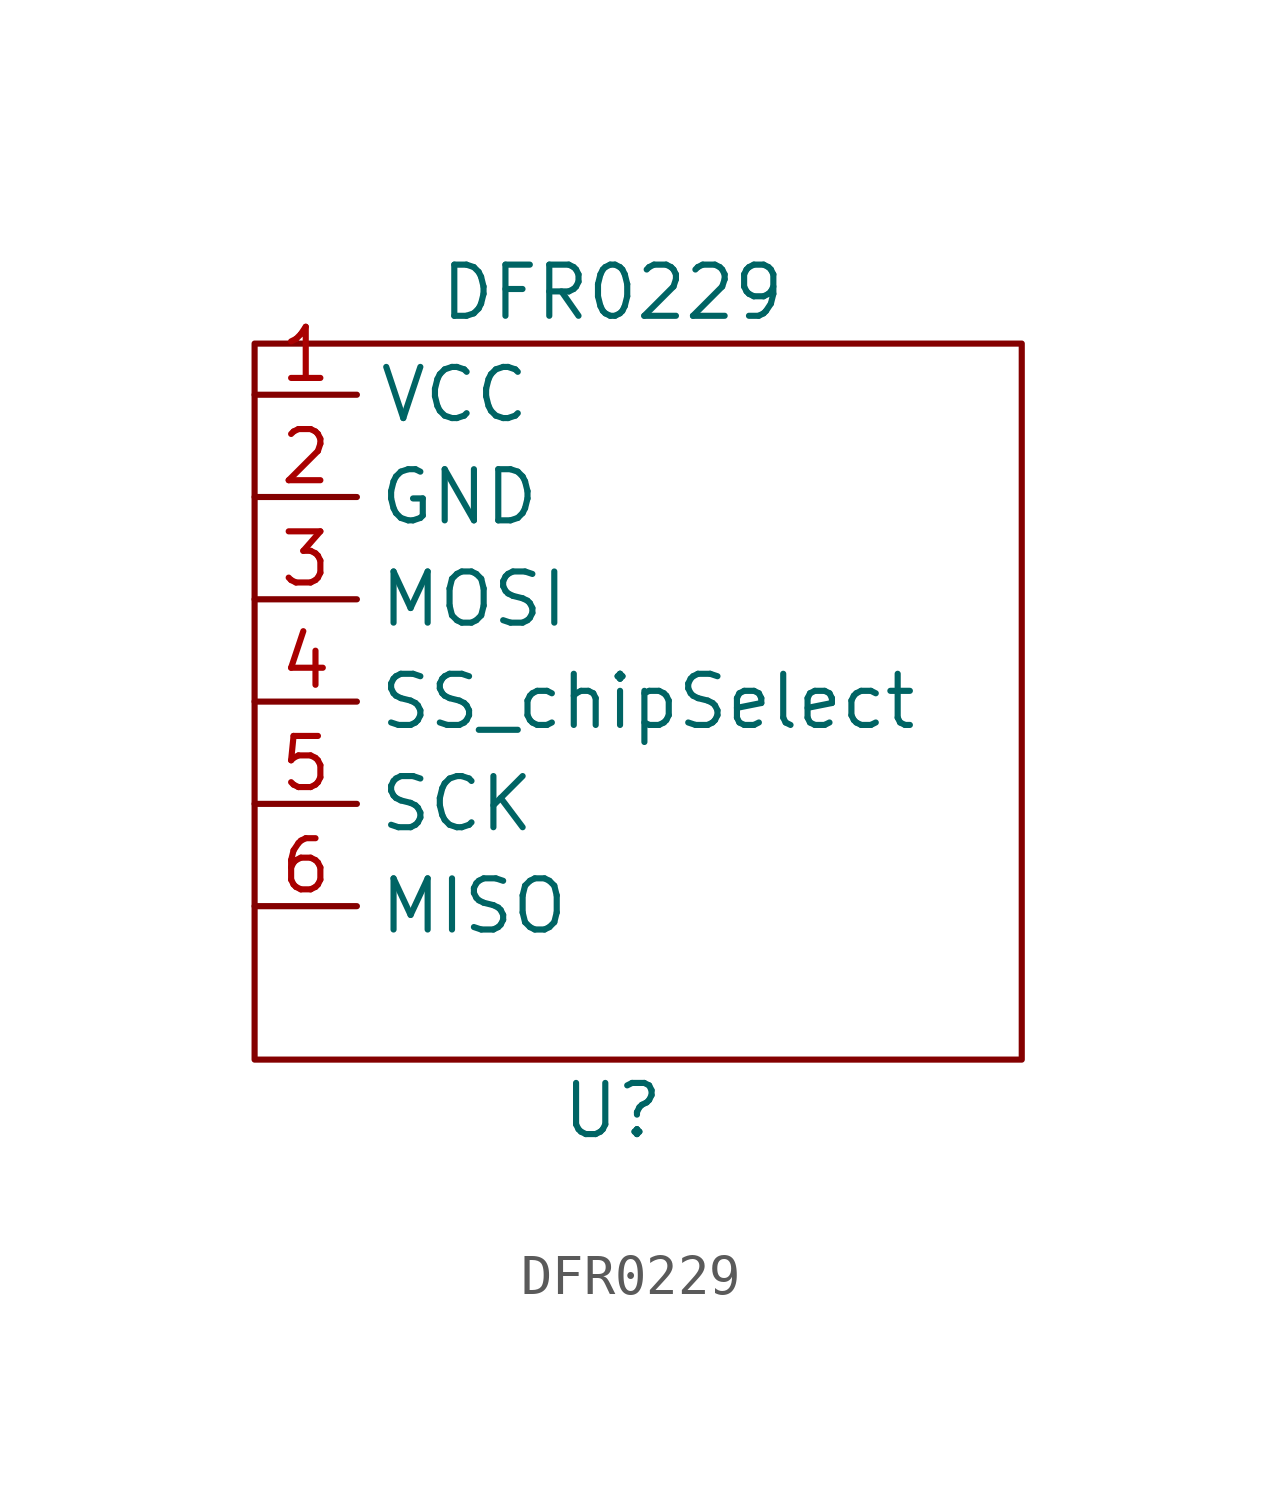
<source format=kicad_sym>
(kicad_symbol_lib
  (version 20211014)
  (generator kicad_symbol_editor)
  (symbol "DFR0229"
    (property "Reference" "U"
      (at 5.08 -19.05 0)
      (effects (font (size 1.27 1.27))))
    (property "Value" "DFR0229"
      (at 5.08 1.27 0)
      (effects (font (size 1.27 1.27))))
    (symbol "DFR0229_0_1"
      (rectangle (start -3.81 0) (end 15.24 -17.78) (stroke (width 0) (type default) (color 0 0 0 0)) (fill (type none))))
    (symbol "DFR0229_1_1"
      (pin power_in line (at -3.81 -1.27 0) (length 2.54) (name "VCC" (effects (font (size 1.27 1.27)))) (number "1" (effects (font (size 1.27 1.27)))))
      (pin power_out line (at -3.81 -3.81 0) (length 2.54) (name "GND" (effects (font (size 1.27 1.27)))) (number "2" (effects (font (size 1.27 1.27)))))
      (pin input line (at -3.81 -6.35 0) (length 2.54) (name "MOSI" (effects (font (size 1.27 1.27)))) (number "3" (effects (font (size 1.27 1.27)))))
      (pin input line (at -3.81 -8.89 0) (length 2.54) (name "SS_chipSelect" (effects (font (size 1.27 1.27)))) (number "4" (effects (font (size 1.27 1.27)))))
      (pin input line (at -3.81 -11.43 0) (length 2.54) (name "SCK" (effects (font (size 1.27 1.27)))) (number "5" (effects (font (size 1.27 1.27)))))
      (pin output line (at -3.81 -13.97 0) (length 2.54) (name "MISO" (effects (font (size 1.27 1.27)))) (number "6" (effects (font (size 1.27 1.27))))))))
</source>
